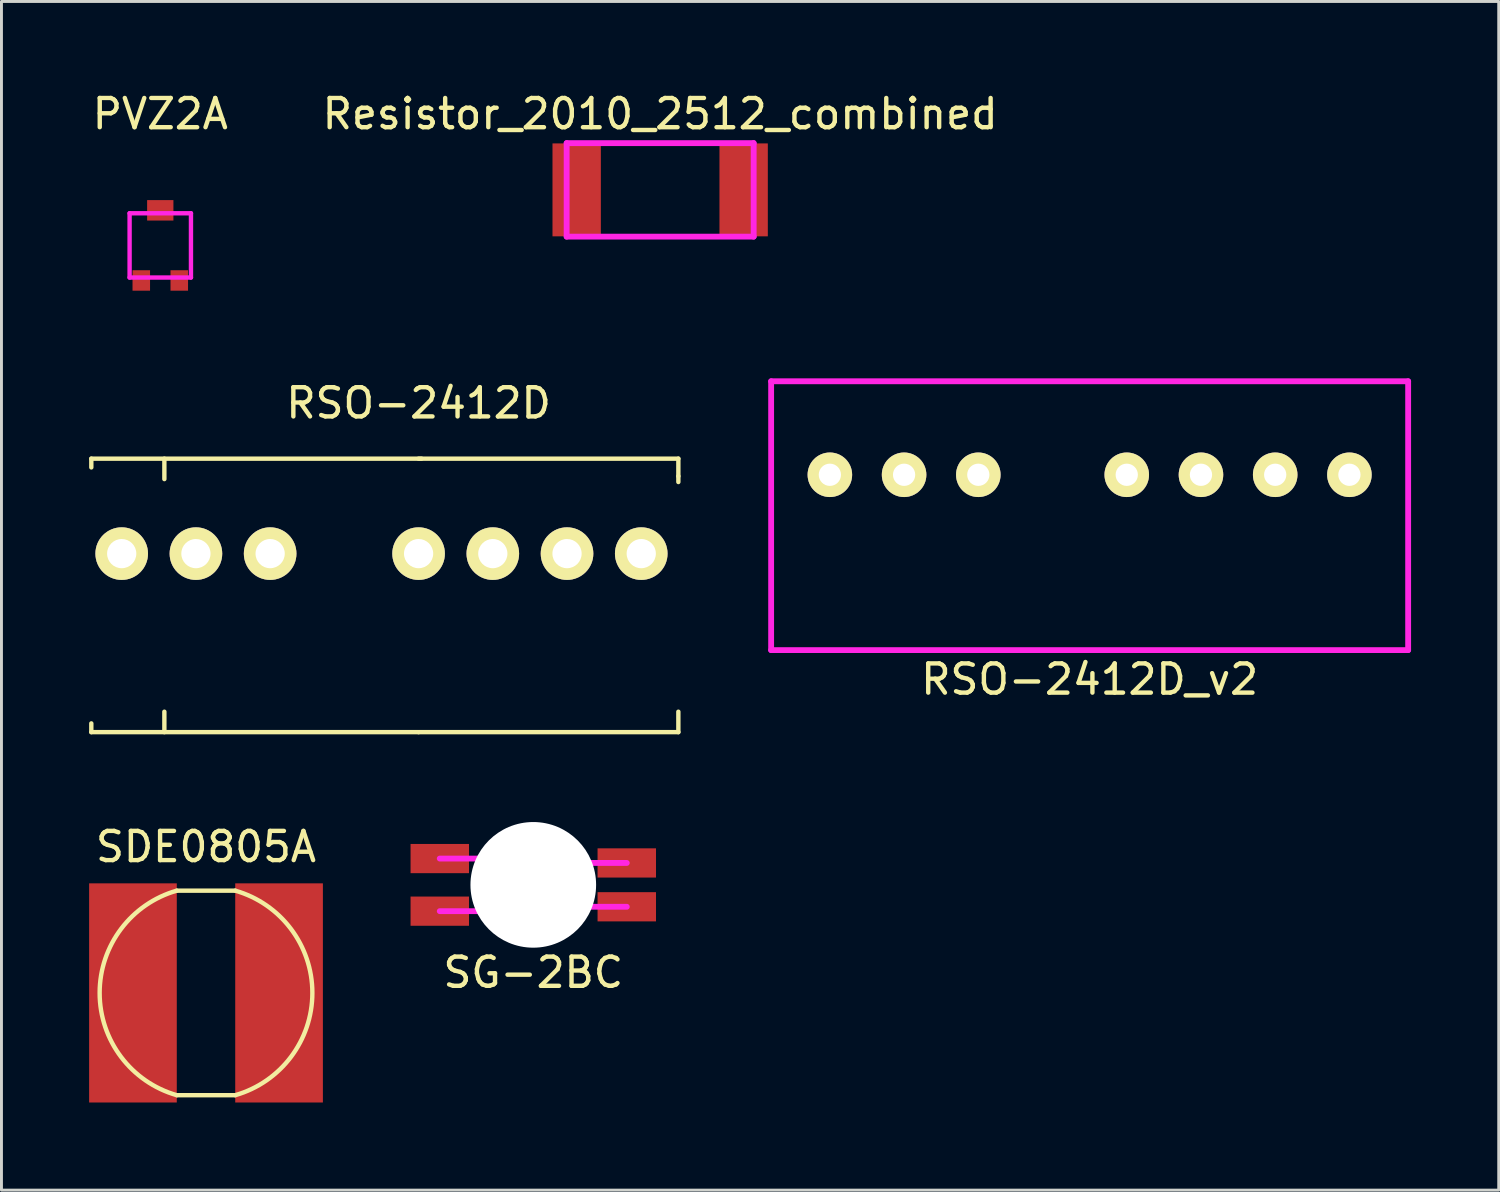
<source format=kicad_pcb>
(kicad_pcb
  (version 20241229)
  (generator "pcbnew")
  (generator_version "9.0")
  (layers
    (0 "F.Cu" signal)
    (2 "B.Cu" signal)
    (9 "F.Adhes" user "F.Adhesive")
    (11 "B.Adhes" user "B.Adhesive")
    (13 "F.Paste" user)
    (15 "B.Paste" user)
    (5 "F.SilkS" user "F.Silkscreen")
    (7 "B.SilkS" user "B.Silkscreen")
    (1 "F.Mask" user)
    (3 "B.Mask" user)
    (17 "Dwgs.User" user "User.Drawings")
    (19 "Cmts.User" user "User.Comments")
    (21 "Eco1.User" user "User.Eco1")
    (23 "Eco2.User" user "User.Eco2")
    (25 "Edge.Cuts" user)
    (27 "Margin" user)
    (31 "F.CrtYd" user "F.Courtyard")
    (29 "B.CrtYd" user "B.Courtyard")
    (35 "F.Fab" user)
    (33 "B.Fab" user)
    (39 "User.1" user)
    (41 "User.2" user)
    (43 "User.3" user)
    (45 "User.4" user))
  (footprint "RSO-2412D_v2"
    (layer "F.Cu")
    (at 34.24 13.198)
    (property "Reference" "RSO-2412D_v2" (at 0 7 0) (layer "F.SilkS") (effects (font (size 1 1) (thickness 0.15))))
    (attr through_hole)
    (fp_line (start -10.9 -3.2) (end 10.9 -3.2) (stroke (width 0.2) (type solid)) (layer "F.CrtYd"))
    (fp_line (start -10.9 6) (end -10.9 -3.2) (stroke (width 0.2) (type solid)) (layer "F.CrtYd"))
    (fp_line (start 10.9 -3.2) (end 10.9 6) (stroke (width 0.2) (type solid)) (layer "F.CrtYd"))
    (fp_line (start 10.9 6) (end -10.9 6) (stroke (width 0.2) (type solid)) (layer "F.CrtYd"))
    (pad "1" thru_hole circle (at -8.89 0) (size 1.524 1.524) (drill 0.762) (layers "*.Cu" "*.Mask" "F.SilkS"))
    (pad "2" thru_hole circle (at -6.35 0) (size 1.524 1.524) (drill 0.762) (layers "*.Cu" "*.Mask" "F.SilkS"))
    (pad "3" thru_hole circle (at -3.81 0) (size 1.524 1.524) (drill 0.762) (layers "*.Cu" "*.Mask" "F.SilkS"))
    (pad "5" thru_hole circle (at 1.27 0) (size 1.524 1.524) (drill 0.762) (layers "*.Cu" "*.Mask" "F.SilkS"))
    (pad "6" thru_hole circle (at 3.81 0) (size 1.524 1.524) (drill 0.762) (layers "*.Cu" "*.Mask" "F.SilkS"))
    (pad "7" thru_hole circle (at 6.35 0) (size 1.524 1.524) (drill 0.762) (layers "*.Cu" "*.Mask" "F.SilkS"))
    (pad "8" thru_hole circle (at 8.89 0) (size 1.524 1.524) (drill 0.762) (layers "*.Cu" "*.Mask" "F.SilkS")))
  (footprint "SDE0805A"
    (layer "F.Cu")
    (at 4 30.93)
    (property "Reference" "SDE0805A" (at 0 -5 0) (layer "F.SilkS") (effects (font (size 1 1) (thickness 0.15))))
    (attr through_hole)
    (fp_line (start -1 -3.5) (end 1 -3.5) (stroke (width 0.15) (type solid)) (layer "F.SilkS"))
    (fp_line (start -1 3.5) (end 1 3.5) (stroke (width 0.15) (type solid)) (layer "F.SilkS"))
    (fp_arc (start -1 3.5) (mid -3.640055 0) (end -1 -3.5) (stroke (width 0.15) (type solid)) (layer "F.SilkS"))
    (fp_arc (start 1 -3.5) (mid 3.640055 0) (end 1 3.5) (stroke (width 0.15) (type solid)) (layer "F.SilkS"))
    (pad "1" smd rect (at -2.5 0) (size 3 7.5) (layers "F.Cu" "F.Mask" "F.Paste"))
    (pad "2" smd rect (at 2.5 0) (size 3 7.5) (layers "F.Cu" "F.Mask" "F.Paste")))
  (footprint "SG-2BC"
    (layer "F.Cu")
    (at 15.2 27.232)
    (property "Reference" "SG-2BC" (at 0 3 0) (layer "F.SilkS") (effects (font (size 1 1) (thickness 0.15))))
    (attr through_hole)
    (fp_line (start -3.2 -0.9) (end -0.25 -0.9) (stroke (width 0.2) (type solid)) (layer "F.CrtYd"))
    (fp_line (start -3.2 0.9) (end -0.25 0.9) (stroke (width 0.2) (type solid)) (layer "F.CrtYd"))
    (fp_line (start -1.7 -1.1) (end -1.7 0.2) (stroke (width 0.2) (type solid)) (layer "F.CrtYd"))
    (fp_line (start -1.7 0.6) (end -1.7 1.1) (stroke (width 0.2) (type solid)) (layer "F.CrtYd"))
    (fp_line (start 3.2 -0.75) (end 0.75 -0.75) (stroke (width 0.2) (type solid)) (layer "F.CrtYd"))
    (fp_line (start 3.2 0.75) (end 0.75 0.75) (stroke (width 0.2) (type solid)) (layer "F.CrtYd"))
    (fp_arc (start -1.7 -1.1) (mid 2.024846 0) (end -1.7 1.1) (stroke (width 0.2) (type solid)) (layer "F.CrtYd"))
    (fp_arc (start -1.7 0.2) (mid -1.5 0.4) (end -1.7 0.6) (stroke (width 0.2) (type solid)) (layer "F.CrtYd"))
    (fp_circle (center -0.25 -0.9) (end -0.25 -0.8) (stroke (width 0.2) (type solid)) (fill no) (layer "F.CrtYd"))
    (fp_circle (center -0.25 0.9) (end -0.25 1) (stroke (width 0.2) (type solid)) (fill no) (layer "F.CrtYd"))
    (fp_circle (center 0.75 -0.75) (end 0.75 -0.7) (stroke (width 0.2) (type solid)) (fill no) (layer "F.CrtYd"))
    (fp_circle (center 0.75 0.75) (end 0.75 0.8) (stroke (width 0.2) (type solid)) (fill no) (layer "F.CrtYd"))
    (pad "" np_thru_hole circle (at 0 0) (size 4.3 4.3) (drill 4.3) (layers "F.Cu"))
    (pad "A" smd rect (at 3.2 0.75) (size 2 1) (layers "F.Cu" "F.Mask" "F.Paste"))
    (pad "C" smd rect (at -3.2 -0.9) (size 2 1) (layers "F.Cu" "F.Mask" "F.Paste"))
    (pad "E" smd rect (at 3.2 -0.75) (size 2 1) (layers "F.Cu" "F.Mask" "F.Paste"))
    (pad "K" smd rect (at -3.2 0.9) (size 2 1) (layers "F.Cu" "F.Mask" "F.Paste")))
  (footprint "RSO-2412D"
    (layer "F.Cu")
    (at 11.275 21.576)
    (property "Reference" "RSO-2412D" (at 0 -10.83 0) (layer "F.SilkS") (effects (font (size 1 1) (thickness 0.15))))
    (attr through_hole)
    (fp_line (start -11.2 -8.93) (end -11.2 -8.63) (stroke (width 0.15) (type solid)) (layer "F.SilkS"))
    (fp_line (start -11.2 0.43) (end -11.2 0.13) (stroke (width 0.15) (type solid)) (layer "F.SilkS"))
    (fp_line (start -8.7 -8.93) (end -8.7 -8.23) (stroke (width 0.15) (type solid)) (layer "F.SilkS"))
    (fp_line (start -8.7 0.43) (end -8.7 -0.27) (stroke (width 0.15) (type solid)) (layer "F.SilkS"))
    (fp_line (start 0 0.43) (end -11.2 0.43) (stroke (width 0.15) (type solid)) (layer "F.SilkS"))
    (fp_line (start 0.1 -8.93) (end -11.2 -8.93) (stroke (width 0.15) (type solid)) (layer "F.SilkS"))
    (fp_line (start 8.89 -8.93) (end 0 -8.93) (stroke (width 0.15) (type solid)) (layer "F.SilkS"))
    (fp_line (start 8.89 -8.93) (end 8.89 -8.33) (stroke (width 0.15) (type solid)) (layer "F.SilkS"))
    (fp_line (start 8.89 -8.33) (end 8.89 -8.13) (stroke (width 0.15) (type solid)) (layer "F.SilkS"))
    (fp_line (start 8.89 0.43) (end 0 0.43) (stroke (width 0.15) (type solid)) (layer "F.SilkS"))
    (fp_line (start 8.89 0.43) (end 8.89 -0.27) (stroke (width 0.15) (type solid)) (layer "F.SilkS"))
    (pad "1" thru_hole circle (at -10.16 -5.68 90) (size 1.8 1.8) (drill 1) (layers "*.Cu" "*.Mask" "F.SilkS"))
    (pad "2" thru_hole circle (at -7.62 -5.68 90) (size 1.8 1.8) (drill 1) (layers "*.Cu" "*.Mask" "F.SilkS"))
    (pad "3" thru_hole circle (at -5.08 -5.68 90) (size 1.8 1.8) (drill 1) (layers "*.Cu" "*.Mask" "F.SilkS"))
    (pad "5" thru_hole circle (at 0 -5.68 90) (size 1.8 1.8) (drill 1) (layers "*.Cu" "*.Mask" "F.SilkS"))
    (pad "6" thru_hole circle (at 2.54 -5.68 90) (size 1.8 1.8) (drill 1) (layers "*.Cu" "*.Mask" "F.SilkS"))
    (pad "7" thru_hole circle (at 5.08 -5.68 90) (size 1.8 1.8) (drill 1) (layers "*.Cu" "*.Mask" "F.SilkS"))
    (pad "8" thru_hole circle (at 7.62 -5.68 90) (size 1.8 1.8) (drill 1) (layers "*.Cu" "*.Mask" "F.SilkS")))
  (footprint "PVZ2A"
    (layer "F.Cu")
    (at 2.435 5.348)
    (property "Reference" "PVZ2A" (at 0 -4.5 0) (layer "F.SilkS") (effects (font (size 1 1) (thickness 0.15))))
    (attr through_hole)
    (fp_line (start -1.05 -1.1) (end 1.05 -1.1) (stroke (width 0.15) (type solid)) (layer "F.CrtYd"))
    (fp_line (start -1.05 1.1) (end -1.05 -1.1) (stroke (width 0.15) (type solid)) (layer "F.CrtYd"))
    (fp_line (start 1.05 -1.1) (end 1.05 1.1) (stroke (width 0.15) (type solid)) (layer "F.CrtYd"))
    (fp_line (start 1.05 1.1) (end -1.05 1.1) (stroke (width 0.15) (type solid)) (layer "F.CrtYd"))
    (pad "1" smd rect (at -0.65 1.2) (size 0.6 0.7) (layers "F.Cu" "F.Mask" "F.Paste"))
    (pad "2" smd rect (at 0 -1.2) (size 0.9 0.7) (layers "F.Cu" "F.Mask" "F.Paste"))
    (pad "3" smd rect (at 0.65 1.2) (size 0.6 0.7) (layers "F.Cu" "F.Mask" "F.Paste")))
  (footprint "Resistor_2010_2512_combined"
    (layer "F.Cu")
    (at 19.542 3.448)
    (property "Reference" "Resistor_2010_2512_combined" (at 0 -2.6 0) (layer "F.SilkS") (effects (font (size 1 1) (thickness 0.15))))
    (attr through_hole)
    (fp_line (start -3.2 -1.6) (end 3.2 -1.6) (stroke (width 0.2) (type solid)) (layer "F.CrtYd"))
    (fp_line (start -3.2 1.6) (end -3.2 -1.6) (stroke (width 0.2) (type solid)) (layer "F.CrtYd"))
    (fp_line (start 3.2 -1.6) (end 3.2 1.6) (stroke (width 0.2) (type solid)) (layer "F.CrtYd"))
    (fp_line (start 3.2 1.6) (end -3.2 1.6) (stroke (width 0.2) (type solid)) (layer "F.CrtYd"))
    (pad "1" smd rect (at -2.857 0) (size 1.655 3.18) (layers "F.Cu" "F.Mask" "F.Paste"))
    (pad "2" smd rect (at 2.857 0) (size 1.655 3.18) (layers "F.Cu" "F.Mask" "F.Paste")))
  (gr_rect
    (start -3 -3)
    (end 48.24 37.68)
    (stroke (width 0.1) (type default))
    (fill no)
    (layer "Edge.Cuts")))
</source>
